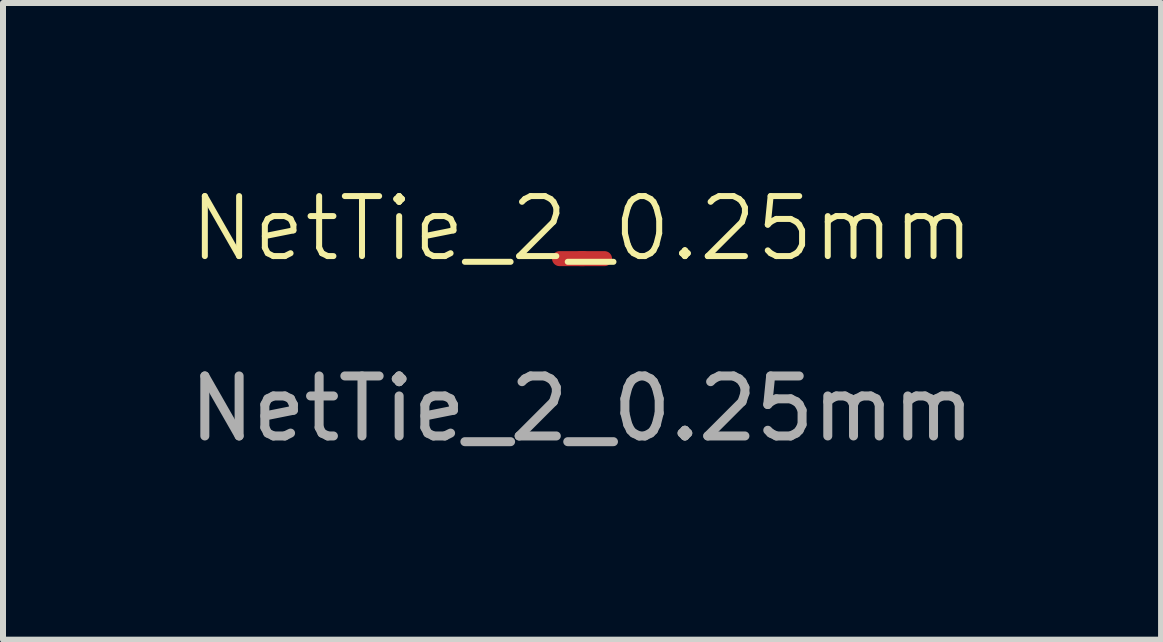
<source format=kicad_pcb>
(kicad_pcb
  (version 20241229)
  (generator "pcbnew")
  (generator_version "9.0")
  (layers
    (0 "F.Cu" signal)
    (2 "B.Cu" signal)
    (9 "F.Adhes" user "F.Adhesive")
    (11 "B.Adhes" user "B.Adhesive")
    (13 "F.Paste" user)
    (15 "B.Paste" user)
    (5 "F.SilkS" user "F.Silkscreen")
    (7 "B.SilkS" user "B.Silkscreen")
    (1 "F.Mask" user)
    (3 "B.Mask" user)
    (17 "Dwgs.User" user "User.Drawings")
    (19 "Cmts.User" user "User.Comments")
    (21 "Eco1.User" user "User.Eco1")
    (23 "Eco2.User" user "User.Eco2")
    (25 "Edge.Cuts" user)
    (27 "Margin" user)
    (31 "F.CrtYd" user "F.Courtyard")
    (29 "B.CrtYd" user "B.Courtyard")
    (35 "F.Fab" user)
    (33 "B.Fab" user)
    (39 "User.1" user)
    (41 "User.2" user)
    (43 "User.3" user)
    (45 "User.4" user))
  (footprint "NetTie_2_0.25mm"
    (layer "F.Cu")
    (at 6.649 1.26)
    (property "Reference" "NetTie_2_0.25mm" (at 0 -0.5 0) (unlocked yes) (layer "F.SilkS") (effects (font (size 1 1) (thickness 0.1))))
    (fp_text user "${REFERENCE}" (at 0 2.5 0) (unlocked yes) (layer "F.Fab") (effects (font (size 1 1) (thickness 0.15))))
    (pad "1" smd oval (at -0.175 -0.000001) (size 0.65 0.25) (layers "F.Cu"))
    (pad "2" smd oval (at 0.175 0) (size 0.65 0.25) (layers "F.Cu")))
  (gr_rect
    (start -3 -3)
    (end 16.298 7.609)
    (stroke (width 0.1) (type default))
    (fill no)
    (layer "Edge.Cuts")))
</source>
